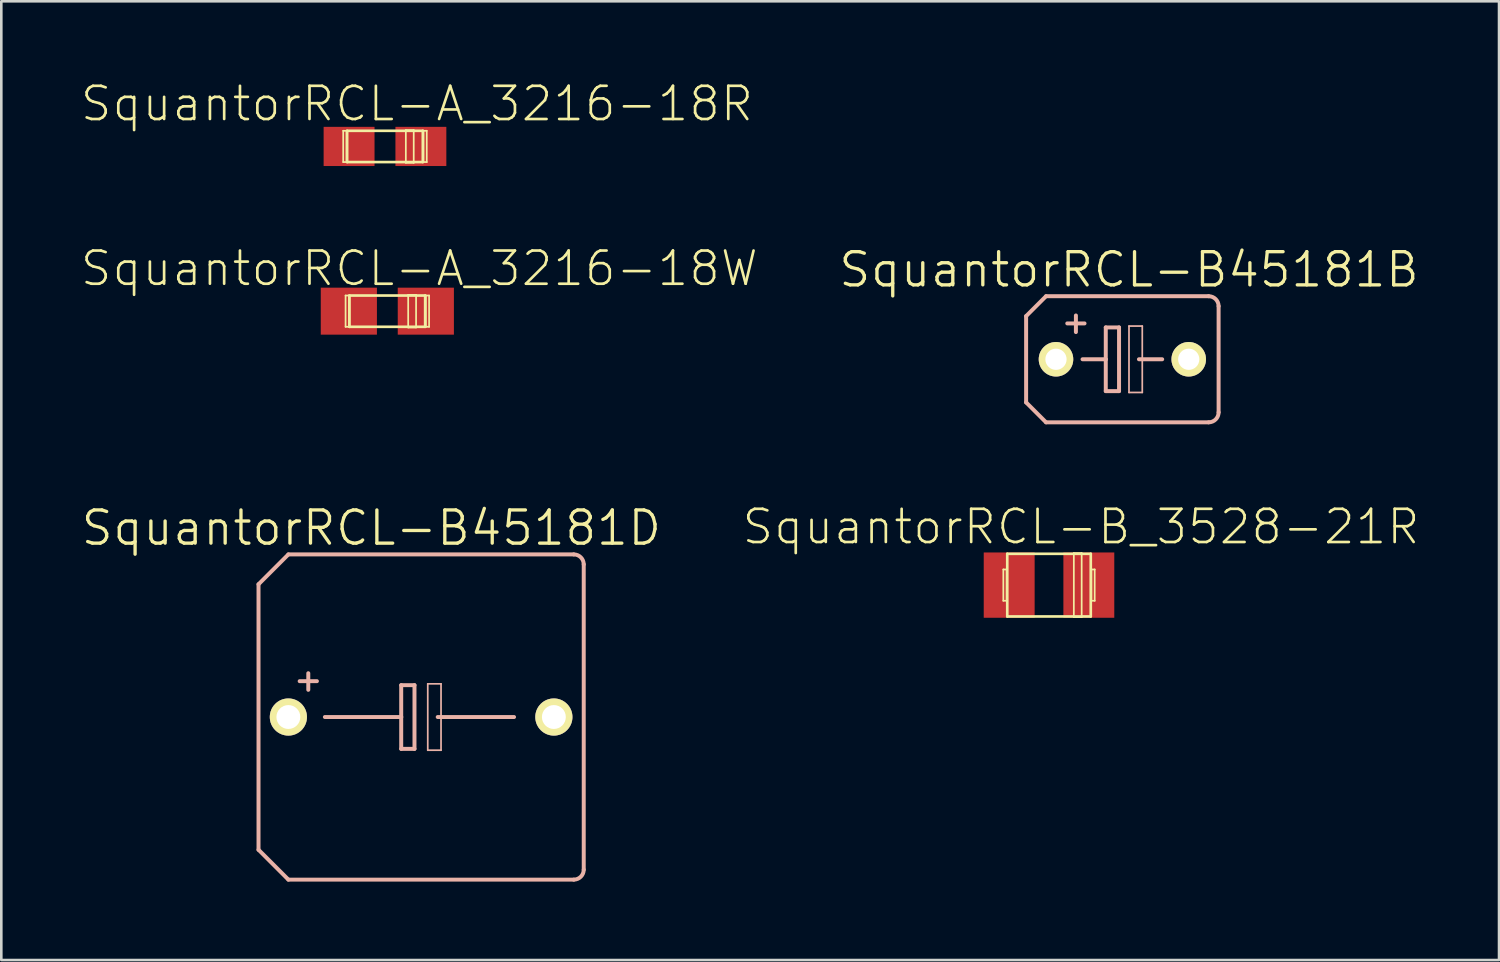
<source format=kicad_pcb>
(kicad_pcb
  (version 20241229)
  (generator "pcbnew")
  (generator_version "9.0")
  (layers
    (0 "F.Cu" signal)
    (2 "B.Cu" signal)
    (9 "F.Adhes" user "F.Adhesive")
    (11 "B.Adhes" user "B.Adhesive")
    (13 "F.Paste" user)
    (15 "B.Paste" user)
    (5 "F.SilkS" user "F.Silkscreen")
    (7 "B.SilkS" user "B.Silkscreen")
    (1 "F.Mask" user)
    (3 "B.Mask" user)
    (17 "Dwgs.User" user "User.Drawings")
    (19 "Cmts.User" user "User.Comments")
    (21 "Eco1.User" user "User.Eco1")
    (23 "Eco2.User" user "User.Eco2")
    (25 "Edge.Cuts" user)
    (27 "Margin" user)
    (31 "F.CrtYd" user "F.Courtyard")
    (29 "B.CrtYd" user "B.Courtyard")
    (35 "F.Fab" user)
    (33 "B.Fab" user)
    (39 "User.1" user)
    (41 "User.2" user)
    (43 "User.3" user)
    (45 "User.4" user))
  (footprint "SquantorRCL-A_3216-18W"
    (layer "F.Cu")
    (at 11.773 8.858)
    (property "Reference" "SquantorRCL-A_3216-18W" (at 1.224 -1.633 0) (layer "F.SilkS") (effects (font (size 1.27 1.27) (thickness 0.102))))
    (attr smd)
    (fp_line (start -1.598 -0.599) (end -1.473 -0.599) (stroke (width 0.066) (type solid)) (layer "F.SilkS"))
    (fp_line (start -1.598 0.599) (end -1.598 -0.599) (stroke (width 0.066) (type solid)) (layer "F.SilkS"))
    (fp_line (start -1.598 0.599) (end -1.473 0.599) (stroke (width 0.066) (type solid)) (layer "F.SilkS"))
    (fp_line (start -1.473 0.599) (end -1.473 -0.599) (stroke (width 0.066) (type solid)) (layer "F.SilkS"))
    (fp_line (start -1.448 -0.599) (end 1.448 -0.599) (stroke (width 0.102) (type solid)) (layer "F.SilkS"))
    (fp_line (start -1.448 0.599) (end -1.448 -0.599) (stroke (width 0.102) (type solid)) (layer "F.SilkS"))
    (fp_line (start 0.798 -0.625) (end 1.1 -0.625) (stroke (width 0.066) (type solid)) (layer "F.SilkS"))
    (fp_line (start 0.798 0.625) (end 0.798 -0.625) (stroke (width 0.066) (type solid)) (layer "F.SilkS"))
    (fp_line (start 0.798 0.625) (end 1.1 0.625) (stroke (width 0.066) (type solid)) (layer "F.SilkS"))
    (fp_line (start 1.1 0.625) (end 1.1 -0.625) (stroke (width 0.066) (type solid)) (layer "F.SilkS"))
    (fp_line (start 1.448 -0.599) (end 1.448 0.599) (stroke (width 0.102) (type solid)) (layer "F.SilkS"))
    (fp_line (start 1.448 0.599) (end -1.448 0.599) (stroke (width 0.102) (type solid)) (layer "F.SilkS"))
    (fp_line (start 1.473 -0.599) (end 1.598 -0.599) (stroke (width 0.066) (type solid)) (layer "F.SilkS"))
    (fp_line (start 1.473 0.599) (end 1.473 -0.599) (stroke (width 0.066) (type solid)) (layer "F.SilkS"))
    (fp_line (start 1.473 0.599) (end 1.598 0.599) (stroke (width 0.066) (type solid)) (layer "F.SilkS"))
    (fp_line (start 1.598 0.599) (end 1.598 -0.599) (stroke (width 0.066) (type solid)) (layer "F.SilkS"))
    (pad "+" smd rect (at 1.473 0) (size 2.149 1.798) (layers "F.Cu" "F.Mask" "F.Paste"))
    (pad "-" smd rect (at -1.473 0) (size 2.149 1.798) (layers "F.Cu" "F.Mask" "F.Paste")))
  (footprint "SquantorRCL-B_3528-21R"
    (layer "F.Cu")
    (at 37.095 19.342)
    (property "Reference" "SquantorRCL-B_3528-21R" (at 1.224 -2.233 0) (layer "F.SilkS") (effects (font (size 1.27 1.27) (thickness 0.102))))
    (attr smd)
    (fp_line (start -1.748 -0.599) (end -1.623 -0.599) (stroke (width 0.066) (type solid)) (layer "F.SilkS"))
    (fp_line (start -1.748 0.599) (end -1.748 -0.599) (stroke (width 0.066) (type solid)) (layer "F.SilkS"))
    (fp_line (start -1.748 0.599) (end -1.623 0.599) (stroke (width 0.066) (type solid)) (layer "F.SilkS"))
    (fp_line (start -1.623 0.599) (end -1.623 -0.599) (stroke (width 0.066) (type solid)) (layer "F.SilkS"))
    (fp_line (start -1.598 -1.199) (end 1.598 -1.199) (stroke (width 0.102) (type solid)) (layer "F.SilkS"))
    (fp_line (start -1.598 1.199) (end -1.598 -1.199) (stroke (width 0.102) (type solid)) (layer "F.SilkS"))
    (fp_line (start 0.95 -1.224) (end 1.25 -1.224) (stroke (width 0.066) (type solid)) (layer "F.SilkS"))
    (fp_line (start 0.95 1.224) (end 0.95 -1.224) (stroke (width 0.066) (type solid)) (layer "F.SilkS"))
    (fp_line (start 0.95 1.224) (end 1.25 1.224) (stroke (width 0.066) (type solid)) (layer "F.SilkS"))
    (fp_line (start 1.25 1.224) (end 1.25 -1.224) (stroke (width 0.066) (type solid)) (layer "F.SilkS"))
    (fp_line (start 1.598 -1.199) (end 1.598 1.199) (stroke (width 0.102) (type solid)) (layer "F.SilkS"))
    (fp_line (start 1.598 1.199) (end -1.598 1.199) (stroke (width 0.102) (type solid)) (layer "F.SilkS"))
    (fp_line (start 1.623 -0.599) (end 1.748 -0.599) (stroke (width 0.066) (type solid)) (layer "F.SilkS"))
    (fp_line (start 1.623 0.599) (end 1.623 -0.599) (stroke (width 0.066) (type solid)) (layer "F.SilkS"))
    (fp_line (start 1.623 0.599) (end 1.748 0.599) (stroke (width 0.066) (type solid)) (layer "F.SilkS"))
    (fp_line (start 1.748 0.599) (end 1.748 -0.599) (stroke (width 0.066) (type solid)) (layer "F.SilkS"))
    (pad "+" smd rect (at 1.524 0) (size 1.948 2.499) (layers "F.Cu" "F.Mask" "F.Paste"))
    (pad "-" smd rect (at -1.524 0) (size 1.948 2.499) (layers "F.Cu" "F.Mask" "F.Paste")))
  (footprint "SquantorRCL-B45181B"
    (layer "F.Cu")
    (at 39.902 10.699)
    (property "Reference" "SquantorRCL-B45181B" (at 0.254 -3.429 0) (layer "F.SilkS") (effects (font (size 1.27 1.27) (thickness 0.127))))
    (attr exclude_from_pos_files exclude_from_bom)
    (fp_line (start -3.683 -1.651) (end -3.683 1.651) (stroke (width 0.152) (type solid)) (layer "B.SilkS"))
    (fp_line (start -3.683 -1.651) (end -2.921 -2.413) (stroke (width 0.152) (type solid)) (layer "B.SilkS"))
    (fp_line (start -2.921 2.413) (end -3.683 1.651) (stroke (width 0.152) (type solid)) (layer "B.SilkS"))
    (fp_line (start -2.921 2.413) (end 3.302 2.413) (stroke (width 0.152) (type solid)) (layer "B.SilkS"))
    (fp_line (start -1.778 -1.676) (end -1.778 -1.041) (stroke (width 0.152) (type solid)) (layer "B.SilkS"))
    (fp_line (start -1.524 0) (end -0.635 0) (stroke (width 0.152) (type solid)) (layer "B.SilkS"))
    (fp_line (start -1.448 -1.372) (end -2.108 -1.372) (stroke (width 0.152) (type solid)) (layer "B.SilkS"))
    (fp_line (start -0.635 -1.219) (end -0.635 0) (stroke (width 0.152) (type solid)) (layer "B.SilkS"))
    (fp_line (start -0.635 0) (end -0.635 1.219) (stroke (width 0.152) (type solid)) (layer "B.SilkS"))
    (fp_line (start -0.635 1.219) (end -0.127 1.219) (stroke (width 0.152) (type solid)) (layer "B.SilkS"))
    (fp_line (start -0.127 -1.219) (end -0.635 -1.219) (stroke (width 0.152) (type solid)) (layer "B.SilkS"))
    (fp_line (start -0.127 1.219) (end -0.127 -1.219) (stroke (width 0.152) (type solid)) (layer "B.SilkS"))
    (fp_line (start 0.254 -1.27) (end 0.762 -1.27) (stroke (width 0.066) (type solid)) (layer "B.SilkS"))
    (fp_line (start 0.254 1.27) (end 0.254 -1.27) (stroke (width 0.066) (type solid)) (layer "B.SilkS"))
    (fp_line (start 0.254 1.27) (end 0.762 1.27) (stroke (width 0.066) (type solid)) (layer "B.SilkS"))
    (fp_line (start 0.635 0) (end 1.524 0) (stroke (width 0.152) (type solid)) (layer "B.SilkS"))
    (fp_line (start 0.762 1.27) (end 0.762 -1.27) (stroke (width 0.066) (type solid)) (layer "B.SilkS"))
    (fp_line (start 3.302 -2.413) (end -2.921 -2.413) (stroke (width 0.152) (type solid)) (layer "B.SilkS"))
    (fp_line (start 3.683 -2.032) (end 3.683 2.032) (stroke (width 0.152) (type solid)) (layer "B.SilkS"))
    (fp_arc (start 3.302 -2.413) (mid 3.571408 -2.301408) (end 3.683 -2.032) (stroke (width 0.1524) (type solid)) (layer "B.SilkS"))
    (fp_arc (start 3.683 2.032) (mid 3.571408 2.301408) (end 3.302 2.413) (stroke (width 0.1524) (type solid)) (layer "B.SilkS"))
    (pad "+" thru_hole circle (at -2.54 0) (size 1.321 1.321) (drill 0.813) (layers "*.Cu" "F.Mask" "F.SilkS" "F.Paste"))
    (pad "-" thru_hole circle (at 2.54 0) (size 1.321 1.321) (drill 0.813) (layers "*.Cu" "F.Mask" "F.SilkS" "F.Paste")))
  (footprint "SquantorRCL-A_3216-18R"
    (layer "F.Cu")
    (at 11.683 2.554)
    (property "Reference" "SquantorRCL-A_3216-18R" (at 1.224 -1.633 0) (layer "F.SilkS") (effects (font (size 1.27 1.27) (thickness 0.102))))
    (attr smd)
    (fp_line (start -1.598 -0.599) (end -1.473 -0.599) (stroke (width 0.066) (type solid)) (layer "F.SilkS"))
    (fp_line (start -1.598 0.599) (end -1.598 -0.599) (stroke (width 0.066) (type solid)) (layer "F.SilkS"))
    (fp_line (start -1.598 0.599) (end -1.473 0.599) (stroke (width 0.066) (type solid)) (layer "F.SilkS"))
    (fp_line (start -1.473 0.599) (end -1.473 -0.599) (stroke (width 0.066) (type solid)) (layer "F.SilkS"))
    (fp_line (start -1.448 -0.599) (end 1.448 -0.599) (stroke (width 0.102) (type solid)) (layer "F.SilkS"))
    (fp_line (start -1.448 0.599) (end -1.448 -0.599) (stroke (width 0.102) (type solid)) (layer "F.SilkS"))
    (fp_line (start 0.798 -0.625) (end 1.1 -0.625) (stroke (width 0.066) (type solid)) (layer "F.SilkS"))
    (fp_line (start 0.798 0.625) (end 0.798 -0.625) (stroke (width 0.066) (type solid)) (layer "F.SilkS"))
    (fp_line (start 0.798 0.625) (end 1.1 0.625) (stroke (width 0.066) (type solid)) (layer "F.SilkS"))
    (fp_line (start 1.1 0.625) (end 1.1 -0.625) (stroke (width 0.066) (type solid)) (layer "F.SilkS"))
    (fp_line (start 1.448 -0.599) (end 1.448 0.599) (stroke (width 0.102) (type solid)) (layer "F.SilkS"))
    (fp_line (start 1.448 0.599) (end -1.448 0.599) (stroke (width 0.102) (type solid)) (layer "F.SilkS"))
    (fp_line (start 1.473 -0.599) (end 1.598 -0.599) (stroke (width 0.066) (type solid)) (layer "F.SilkS"))
    (fp_line (start 1.473 0.599) (end 1.473 -0.599) (stroke (width 0.066) (type solid)) (layer "F.SilkS"))
    (fp_line (start 1.473 0.599) (end 1.598 0.599) (stroke (width 0.066) (type solid)) (layer "F.SilkS"))
    (fp_line (start 1.598 0.599) (end 1.598 -0.599) (stroke (width 0.066) (type solid)) (layer "F.SilkS"))
    (pad "+" smd rect (at 1.374 0) (size 1.948 1.499) (layers "F.Cu" "F.Mask" "F.Paste"))
    (pad "-" smd rect (at -1.374 0) (size 1.948 1.499) (layers "F.Cu" "F.Mask" "F.Paste")))
  (footprint "SquantorRCL-B45181D"
    (layer "F.Cu")
    (at 13.066 24.39)
    (property "Reference" "SquantorRCL-B45181D" (at -1.905 -7.236 0) (layer "F.SilkS") (effects (font (size 1.27 1.27) (thickness 0.127))))
    (attr exclude_from_pos_files exclude_from_bom)
    (fp_line (start -6.223 -5.08) (end -6.223 5.08) (stroke (width 0.152) (type solid)) (layer "B.SilkS"))
    (fp_line (start -6.223 -5.08) (end -5.08 -6.223) (stroke (width 0.152) (type solid)) (layer "B.SilkS"))
    (fp_line (start -5.08 6.223) (end -6.223 5.08) (stroke (width 0.152) (type solid)) (layer "B.SilkS"))
    (fp_line (start -5.08 6.223) (end 5.842 6.223) (stroke (width 0.152) (type solid)) (layer "B.SilkS"))
    (fp_line (start -4.318 -1.676) (end -4.318 -1.041) (stroke (width 0.152) (type solid)) (layer "B.SilkS"))
    (fp_line (start -3.988 -1.372) (end -4.648 -1.372) (stroke (width 0.152) (type solid)) (layer "B.SilkS"))
    (fp_line (start -3.683 0) (end -0.762 0) (stroke (width 0.152) (type solid)) (layer "B.SilkS"))
    (fp_line (start -0.762 -1.219) (end -0.762 0) (stroke (width 0.152) (type solid)) (layer "B.SilkS"))
    (fp_line (start -0.762 0) (end -0.762 1.219) (stroke (width 0.152) (type solid)) (layer "B.SilkS"))
    (fp_line (start -0.762 1.219) (end -0.254 1.219) (stroke (width 0.152) (type solid)) (layer "B.SilkS"))
    (fp_line (start -0.254 -1.219) (end -0.762 -1.219) (stroke (width 0.152) (type solid)) (layer "B.SilkS"))
    (fp_line (start -0.254 1.219) (end -0.254 -1.219) (stroke (width 0.152) (type solid)) (layer "B.SilkS"))
    (fp_line (start 0.254 -1.27) (end 0.762 -1.27) (stroke (width 0.066) (type solid)) (layer "B.SilkS"))
    (fp_line (start 0.254 1.27) (end 0.254 -1.27) (stroke (width 0.066) (type solid)) (layer "B.SilkS"))
    (fp_line (start 0.254 1.27) (end 0.762 1.27) (stroke (width 0.066) (type solid)) (layer "B.SilkS"))
    (fp_line (start 0.635 0) (end 3.556 0) (stroke (width 0.152) (type solid)) (layer "B.SilkS"))
    (fp_line (start 0.762 1.27) (end 0.762 -1.27) (stroke (width 0.066) (type solid)) (layer "B.SilkS"))
    (fp_line (start 5.842 -6.223) (end -5.08 -6.223) (stroke (width 0.152) (type solid)) (layer "B.SilkS"))
    (fp_line (start 6.223 -5.842) (end 6.223 5.842) (stroke (width 0.152) (type solid)) (layer "B.SilkS"))
    (fp_arc (start 5.842 -6.223) (mid 6.111408 -6.111408) (end 6.223 -5.842) (stroke (width 0.1524) (type solid)) (layer "B.SilkS"))
    (fp_arc (start 6.223 5.842) (mid 6.111408 6.111408) (end 5.842 6.223) (stroke (width 0.1524) (type solid)) (layer "B.SilkS"))
    (pad "+" thru_hole circle (at -5.08 0) (size 1.422 1.422) (drill 0.914) (layers "*.Cu" "F.Mask" "F.SilkS" "F.Paste"))
    (pad "-" thru_hole circle (at 5.08 0) (size 1.422 1.422) (drill 0.914) (layers "*.Cu" "F.Mask" "F.SilkS" "F.Paste")))
  (gr_rect
    (start -3 -3)
    (end 54.317 33.689)
    (stroke (width 0.1) (type default))
    (fill no)
    (layer "Edge.Cuts")))
</source>
